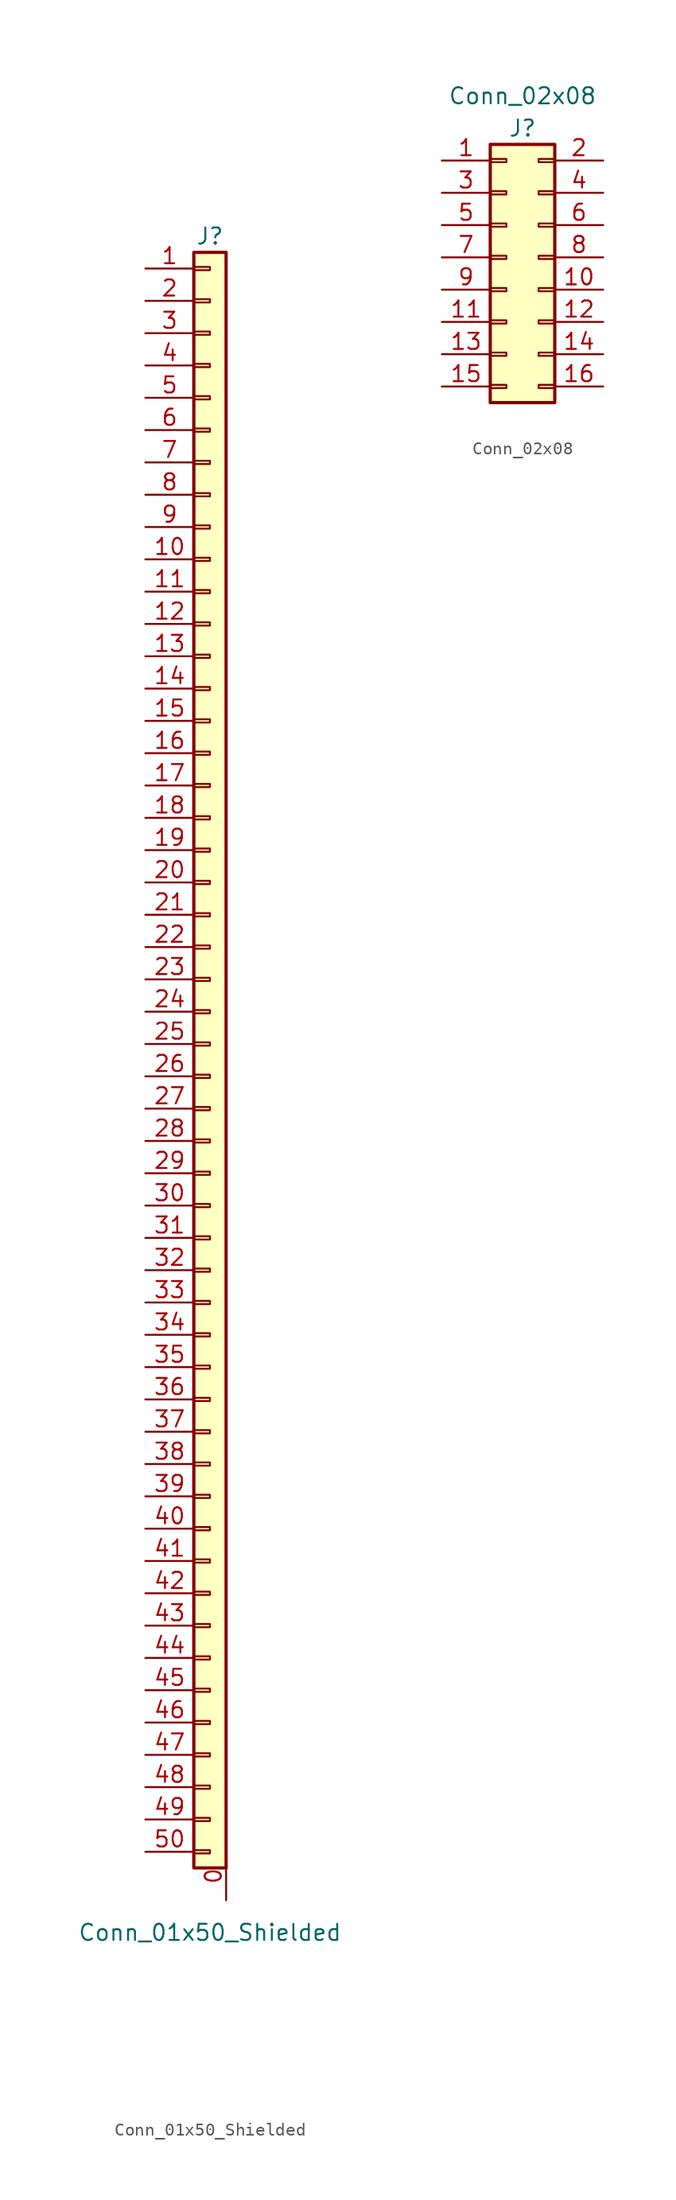
<source format=kicad_sym>
(kicad_symbol_lib
  (version 20241209)
  (generator "kicad_symbol_editor")
  (generator_version "9.0")
  (symbol "Conn_01x50_Shielded"
    (pin_names
      (offset 1.016)
      (hide yes))
    (property "Reference" "J"
      (at 0 64.77 0)
      (effects (font (size 1.27 1.27))))
    (property "Value" "Conn_01x50_Shielded"
      (at 0 -68.58 0)
      (effects (font (size 1.27 1.27))))
    (symbol "Conn_01x50_Shielded_1_1"
      (rectangle (start -1.27 63.5) (end 1.27 -63.5) (stroke (width 0.254) (type default)) (fill (type background)))
      (rectangle (start -1.27 62.357) (end 0 62.103) (stroke (width 0.152) (type default)) (fill (type none)))
      (rectangle (start -1.27 59.817) (end 0 59.563) (stroke (width 0.152) (type default)) (fill (type none)))
      (rectangle (start -1.27 57.277) (end 0 57.023) (stroke (width 0.152) (type default)) (fill (type none)))
      (rectangle (start -1.27 54.737) (end 0 54.483) (stroke (width 0.152) (type default)) (fill (type none)))
      (rectangle (start -1.27 52.197) (end 0 51.943) (stroke (width 0.152) (type default)) (fill (type none)))
      (rectangle (start -1.27 49.657) (end 0 49.403) (stroke (width 0.152) (type default)) (fill (type none)))
      (rectangle (start -1.27 47.117) (end 0 46.863) (stroke (width 0.152) (type default)) (fill (type none)))
      (rectangle (start -1.27 44.577) (end 0 44.323) (stroke (width 0.152) (type default)) (fill (type none)))
      (rectangle (start -1.27 42.037) (end 0 41.783) (stroke (width 0.152) (type default)) (fill (type none)))
      (rectangle (start -1.27 39.497) (end 0 39.243) (stroke (width 0.152) (type default)) (fill (type none)))
      (rectangle (start -1.27 36.957) (end 0 36.703) (stroke (width 0.152) (type default)) (fill (type none)))
      (rectangle (start -1.27 34.417) (end 0 34.163) (stroke (width 0.152) (type default)) (fill (type none)))
      (rectangle (start -1.27 31.877) (end 0 31.623) (stroke (width 0.152) (type default)) (fill (type none)))
      (rectangle (start -1.27 29.337) (end 0 29.083) (stroke (width 0.152) (type default)) (fill (type none)))
      (rectangle (start -1.27 26.797) (end 0 26.543) (stroke (width 0.152) (type default)) (fill (type none)))
      (rectangle (start -1.27 24.257) (end 0 24.003) (stroke (width 0.152) (type default)) (fill (type none)))
      (rectangle (start -1.27 21.717) (end 0 21.463) (stroke (width 0.152) (type default)) (fill (type none)))
      (rectangle (start -1.27 19.177) (end 0 18.923) (stroke (width 0.152) (type default)) (fill (type none)))
      (rectangle (start -1.27 16.637) (end 0 16.383) (stroke (width 0.152) (type default)) (fill (type none)))
      (rectangle (start -1.27 14.097) (end 0 13.843) (stroke (width 0.152) (type default)) (fill (type none)))
      (rectangle (start -1.27 11.557) (end 0 11.303) (stroke (width 0.152) (type default)) (fill (type none)))
      (rectangle (start -1.27 9.017) (end 0 8.763) (stroke (width 0.152) (type default)) (fill (type none)))
      (rectangle (start -1.27 6.477) (end 0 6.223) (stroke (width 0.152) (type default)) (fill (type none)))
      (rectangle (start -1.27 3.937) (end 0 3.683) (stroke (width 0.152) (type default)) (fill (type none)))
      (rectangle (start -1.27 1.397) (end 0 1.143) (stroke (width 0.152) (type default)) (fill (type none)))
      (rectangle (start -1.27 -1.143) (end 0 -1.397) (stroke (width 0.152) (type default)) (fill (type none)))
      (rectangle (start -1.27 -3.683) (end 0 -3.937) (stroke (width 0.152) (type default)) (fill (type none)))
      (rectangle (start -1.27 -6.223) (end 0 -6.477) (stroke (width 0.152) (type default)) (fill (type none)))
      (rectangle (start -1.27 -8.763) (end 0 -9.017) (stroke (width 0.152) (type default)) (fill (type none)))
      (rectangle (start -1.27 -11.303) (end 0 -11.557) (stroke (width 0.152) (type default)) (fill (type none)))
      (rectangle (start -1.27 -13.843) (end 0 -14.097) (stroke (width 0.152) (type default)) (fill (type none)))
      (rectangle (start -1.27 -16.383) (end 0 -16.637) (stroke (width 0.152) (type default)) (fill (type none)))
      (rectangle (start -1.27 -18.923) (end 0 -19.177) (stroke (width 0.152) (type default)) (fill (type none)))
      (rectangle (start -1.27 -21.463) (end 0 -21.717) (stroke (width 0.152) (type default)) (fill (type none)))
      (rectangle (start -1.27 -24.003) (end 0 -24.257) (stroke (width 0.152) (type default)) (fill (type none)))
      (rectangle (start -1.27 -26.543) (end 0 -26.797) (stroke (width 0.152) (type default)) (fill (type none)))
      (rectangle (start -1.27 -29.083) (end 0 -29.337) (stroke (width 0.152) (type default)) (fill (type none)))
      (rectangle (start -1.27 -31.623) (end 0 -31.877) (stroke (width 0.152) (type default)) (fill (type none)))
      (rectangle (start -1.27 -34.163) (end 0 -34.417) (stroke (width 0.152) (type default)) (fill (type none)))
      (rectangle (start -1.27 -36.703) (end 0 -36.957) (stroke (width 0.152) (type default)) (fill (type none)))
      (rectangle (start -1.27 -39.243) (end 0 -39.497) (stroke (width 0.152) (type default)) (fill (type none)))
      (rectangle (start -1.27 -41.783) (end 0 -42.037) (stroke (width 0.152) (type default)) (fill (type none)))
      (rectangle (start -1.27 -44.323) (end 0 -44.577) (stroke (width 0.152) (type default)) (fill (type none)))
      (rectangle (start -1.27 -46.863) (end 0 -47.117) (stroke (width 0.152) (type default)) (fill (type none)))
      (rectangle (start -1.27 -49.403) (end 0 -49.657) (stroke (width 0.152) (type default)) (fill (type none)))
      (rectangle (start -1.27 -51.943) (end 0 -52.197) (stroke (width 0.152) (type default)) (fill (type none)))
      (rectangle (start -1.27 -54.483) (end 0 -54.737) (stroke (width 0.152) (type default)) (fill (type none)))
      (rectangle (start -1.27 -57.023) (end 0 -57.277) (stroke (width 0.152) (type default)) (fill (type none)))
      (rectangle (start -1.27 -59.563) (end 0 -59.817) (stroke (width 0.152) (type default)) (fill (type none)))
      (rectangle (start -1.27 -62.103) (end 0 -62.357) (stroke (width 0.152) (type default)) (fill (type none)))
      (pin passive line (at -5.08 62.23 0) (length 3.81) (name "Pin_1" (effects (font (size 1.27 1.27)))) (number "1" (effects (font (size 1.27 1.27)))))
      (pin passive line (at -5.08 59.69 0) (length 3.81) (name "Pin_2" (effects (font (size 1.27 1.27)))) (number "2" (effects (font (size 1.27 1.27)))))
      (pin passive line (at -5.08 57.15 0) (length 3.81) (name "Pin_3" (effects (font (size 1.27 1.27)))) (number "3" (effects (font (size 1.27 1.27)))))
      (pin passive line (at -5.08 54.61 0) (length 3.81) (name "Pin_4" (effects (font (size 1.27 1.27)))) (number "4" (effects (font (size 1.27 1.27)))))
      (pin passive line (at -5.08 52.07 0) (length 3.81) (name "Pin_5" (effects (font (size 1.27 1.27)))) (number "5" (effects (font (size 1.27 1.27)))))
      (pin passive line (at -5.08 49.53 0) (length 3.81) (name "Pin_6" (effects (font (size 1.27 1.27)))) (number "6" (effects (font (size 1.27 1.27)))))
      (pin passive line (at -5.08 46.99 0) (length 3.81) (name "Pin_7" (effects (font (size 1.27 1.27)))) (number "7" (effects (font (size 1.27 1.27)))))
      (pin passive line (at -5.08 44.45 0) (length 3.81) (name "Pin_8" (effects (font (size 1.27 1.27)))) (number "8" (effects (font (size 1.27 1.27)))))
      (pin passive line (at -5.08 41.91 0) (length 3.81) (name "Pin_9" (effects (font (size 1.27 1.27)))) (number "9" (effects (font (size 1.27 1.27)))))
      (pin passive line (at -5.08 39.37 0) (length 3.81) (name "Pin_10" (effects (font (size 1.27 1.27)))) (number "10" (effects (font (size 1.27 1.27)))))
      (pin passive line (at -5.08 36.83 0) (length 3.81) (name "Pin_11" (effects (font (size 1.27 1.27)))) (number "11" (effects (font (size 1.27 1.27)))))
      (pin passive line (at -5.08 34.29 0) (length 3.81) (name "Pin_12" (effects (font (size 1.27 1.27)))) (number "12" (effects (font (size 1.27 1.27)))))
      (pin passive line (at -5.08 31.75 0) (length 3.81) (name "Pin_13" (effects (font (size 1.27 1.27)))) (number "13" (effects (font (size 1.27 1.27)))))
      (pin passive line (at -5.08 29.21 0) (length 3.81) (name "Pin_14" (effects (font (size 1.27 1.27)))) (number "14" (effects (font (size 1.27 1.27)))))
      (pin passive line (at -5.08 26.67 0) (length 3.81) (name "Pin_15" (effects (font (size 1.27 1.27)))) (number "15" (effects (font (size 1.27 1.27)))))
      (pin passive line (at -5.08 24.13 0) (length 3.81) (name "Pin_16" (effects (font (size 1.27 1.27)))) (number "16" (effects (font (size 1.27 1.27)))))
      (pin passive line (at -5.08 21.59 0) (length 3.81) (name "Pin_17" (effects (font (size 1.27 1.27)))) (number "17" (effects (font (size 1.27 1.27)))))
      (pin passive line (at -5.08 19.05 0) (length 3.81) (name "Pin_18" (effects (font (size 1.27 1.27)))) (number "18" (effects (font (size 1.27 1.27)))))
      (pin passive line (at -5.08 16.51 0) (length 3.81) (name "Pin_19" (effects (font (size 1.27 1.27)))) (number "19" (effects (font (size 1.27 1.27)))))
      (pin passive line (at -5.08 13.97 0) (length 3.81) (name "Pin_20" (effects (font (size 1.27 1.27)))) (number "20" (effects (font (size 1.27 1.27)))))
      (pin passive line (at -5.08 11.43 0) (length 3.81) (name "Pin_21" (effects (font (size 1.27 1.27)))) (number "21" (effects (font (size 1.27 1.27)))))
      (pin passive line (at -5.08 8.89 0) (length 3.81) (name "Pin_22" (effects (font (size 1.27 1.27)))) (number "22" (effects (font (size 1.27 1.27)))))
      (pin passive line (at -5.08 6.35 0) (length 3.81) (name "Pin_23" (effects (font (size 1.27 1.27)))) (number "23" (effects (font (size 1.27 1.27)))))
      (pin passive line (at -5.08 3.81 0) (length 3.81) (name "Pin_24" (effects (font (size 1.27 1.27)))) (number "24" (effects (font (size 1.27 1.27)))))
      (pin passive line (at -5.08 1.27 0) (length 3.81) (name "Pin_25" (effects (font (size 1.27 1.27)))) (number "25" (effects (font (size 1.27 1.27)))))
      (pin passive line (at -5.08 -1.27 0) (length 3.81) (name "Pin_26" (effects (font (size 1.27 1.27)))) (number "26" (effects (font (size 1.27 1.27)))))
      (pin passive line (at -5.08 -3.81 0) (length 3.81) (name "Pin_27" (effects (font (size 1.27 1.27)))) (number "27" (effects (font (size 1.27 1.27)))))
      (pin passive line (at -5.08 -6.35 0) (length 3.81) (name "Pin_28" (effects (font (size 1.27 1.27)))) (number "28" (effects (font (size 1.27 1.27)))))
      (pin passive line (at -5.08 -8.89 0) (length 3.81) (name "Pin_29" (effects (font (size 1.27 1.27)))) (number "29" (effects (font (size 1.27 1.27)))))
      (pin passive line (at -5.08 -11.43 0) (length 3.81) (name "Pin_30" (effects (font (size 1.27 1.27)))) (number "30" (effects (font (size 1.27 1.27)))))
      (pin passive line (at -5.08 -13.97 0) (length 3.81) (name "Pin_31" (effects (font (size 1.27 1.27)))) (number "31" (effects (font (size 1.27 1.27)))))
      (pin passive line (at -5.08 -16.51 0) (length 3.81) (name "Pin_32" (effects (font (size 1.27 1.27)))) (number "32" (effects (font (size 1.27 1.27)))))
      (pin passive line (at -5.08 -19.05 0) (length 3.81) (name "Pin_33" (effects (font (size 1.27 1.27)))) (number "33" (effects (font (size 1.27 1.27)))))
      (pin passive line (at -5.08 -21.59 0) (length 3.81) (name "Pin_34" (effects (font (size 1.27 1.27)))) (number "34" (effects (font (size 1.27 1.27)))))
      (pin passive line (at -5.08 -24.13 0) (length 3.81) (name "Pin_35" (effects (font (size 1.27 1.27)))) (number "35" (effects (font (size 1.27 1.27)))))
      (pin passive line (at -5.08 -26.67 0) (length 3.81) (name "Pin_36" (effects (font (size 1.27 1.27)))) (number "36" (effects (font (size 1.27 1.27)))))
      (pin passive line (at -5.08 -29.21 0) (length 3.81) (name "Pin_37" (effects (font (size 1.27 1.27)))) (number "37" (effects (font (size 1.27 1.27)))))
      (pin passive line (at -5.08 -31.75 0) (length 3.81) (name "Pin_38" (effects (font (size 1.27 1.27)))) (number "38" (effects (font (size 1.27 1.27)))))
      (pin passive line (at -5.08 -34.29 0) (length 3.81) (name "Pin_39" (effects (font (size 1.27 1.27)))) (number "39" (effects (font (size 1.27 1.27)))))
      (pin passive line (at -5.08 -36.83 0) (length 3.81) (name "Pin_40" (effects (font (size 1.27 1.27)))) (number "40" (effects (font (size 1.27 1.27)))))
      (pin passive line (at -5.08 -39.37 0) (length 3.81) (name "Pin_41" (effects (font (size 1.27 1.27)))) (number "41" (effects (font (size 1.27 1.27)))))
      (pin passive line (at -5.08 -41.91 0) (length 3.81) (name "Pin_42" (effects (font (size 1.27 1.27)))) (number "42" (effects (font (size 1.27 1.27)))))
      (pin passive line (at -5.08 -44.45 0) (length 3.81) (name "Pin_43" (effects (font (size 1.27 1.27)))) (number "43" (effects (font (size 1.27 1.27)))))
      (pin passive line (at -5.08 -46.99 0) (length 3.81) (name "Pin_44" (effects (font (size 1.27 1.27)))) (number "44" (effects (font (size 1.27 1.27)))))
      (pin passive line (at -5.08 -49.53 0) (length 3.81) (name "Pin_45" (effects (font (size 1.27 1.27)))) (number "45" (effects (font (size 1.27 1.27)))))
      (pin passive line (at -5.08 -52.07 0) (length 3.81) (name "Pin_46" (effects (font (size 1.27 1.27)))) (number "46" (effects (font (size 1.27 1.27)))))
      (pin passive line (at -5.08 -54.61 0) (length 3.81) (name "Pin_47" (effects (font (size 1.27 1.27)))) (number "47" (effects (font (size 1.27 1.27)))))
      (pin passive line (at -5.08 -57.15 0) (length 3.81) (name "Pin_48" (effects (font (size 1.27 1.27)))) (number "48" (effects (font (size 1.27 1.27)))))
      (pin passive line (at -5.08 -59.69 0) (length 3.81) (name "Pin_49" (effects (font (size 1.27 1.27)))) (number "49" (effects (font (size 1.27 1.27)))))
      (pin passive line (at -5.08 -62.23 0) (length 3.81) (name "Pin_50" (effects (font (size 1.27 1.27)))) (number "50" (effects (font (size 1.27 1.27)))))
      (pin passive line (at 1.27 -66.04 90) (length 3.81) (name "Pin_50" (effects (font (size 1.27 1.27)))) (number "0" (effects (font (size 1.27 1.27)))))))
  (symbol "Conn_02x08"
    (pin_names
      (offset 0.025)
      (hide yes))
    (property "Reference" "J"
      (at 0 11.43 0)
      (effects (font (size 1.27 1.27))))
    (property "Value" "Conn_02x08"
      (at 0 13.97 0)
      (effects (font (size 1.27 1.27))))
    (symbol "Conn_02x08_0_1"
      (rectangle (start -2.54 10.16) (end 2.54 -10.16) (stroke (width 0.254) (type default)) (fill (type background)))
      (rectangle (start -2.54 9.017) (end -1.27 8.763) (stroke (width 0) (type default)) (fill (type none)))
      (rectangle (start -2.54 6.477) (end -1.27 6.223) (stroke (width 0) (type default)) (fill (type none)))
      (rectangle (start -2.54 3.937) (end -1.27 3.683) (stroke (width 0) (type default)) (fill (type none)))
      (rectangle (start -2.54 1.397) (end -1.27 1.143) (stroke (width 0) (type default)) (fill (type none)))
      (rectangle (start -2.54 -1.143) (end -1.27 -1.397) (stroke (width 0) (type default)) (fill (type none)))
      (rectangle (start -2.54 -3.683) (end -1.27 -3.937) (stroke (width 0) (type default)) (fill (type none)))
      (rectangle (start -2.54 -6.223) (end -1.27 -6.477) (stroke (width 0) (type default)) (fill (type none)))
      (rectangle (start -2.54 -8.763) (end -1.27 -9.017) (stroke (width 0) (type default)) (fill (type none)))
      (rectangle (start 1.27 9.017) (end 2.54 8.763) (stroke (width 0) (type default)) (fill (type none)))
      (rectangle (start 1.27 6.477) (end 2.54 6.223) (stroke (width 0) (type default)) (fill (type none)))
      (rectangle (start 1.27 3.937) (end 2.54 3.683) (stroke (width 0) (type default)) (fill (type none)))
      (rectangle (start 1.27 1.397) (end 2.54 1.143) (stroke (width 0) (type default)) (fill (type none)))
      (rectangle (start 1.27 -1.143) (end 2.54 -1.397) (stroke (width 0) (type default)) (fill (type none)))
      (rectangle (start 1.27 -3.683) (end 2.54 -3.937) (stroke (width 0) (type default)) (fill (type none)))
      (rectangle (start 1.27 -6.223) (end 2.54 -6.477) (stroke (width 0) (type default)) (fill (type none)))
      (rectangle (start 1.27 -8.763) (end 2.54 -9.017) (stroke (width 0) (type default)) (fill (type none))))
    (symbol "Conn_02x08_1_1"
      (pin passive line (at -6.35 8.89 0) (length 3.81) (name "P1" (effects (font (size 1.27 1.27)))) (number "1" (effects (font (size 1.27 1.27)))))
      (pin passive line (at -6.35 6.35 0) (length 3.81) (name "P3" (effects (font (size 1.27 1.27)))) (number "3" (effects (font (size 1.27 1.27)))))
      (pin passive line (at -6.35 3.81 0) (length 3.81) (name "+12V" (effects (font (size 1.27 1.27)))) (number "5" (effects (font (size 1.27 1.27)))))
      (pin passive line (at -6.35 1.27 0) (length 3.81) (name "12V" (effects (font (size 1.27 1.27)))) (number "7" (effects (font (size 1.27 1.27)))))
      (pin passive line (at -6.35 -1.27 0) (length 3.81) (name "GND" (effects (font (size 1.27 1.27)))) (number "9" (effects (font (size 1.27 1.27)))))
      (pin passive line (at -6.35 -3.81 0) (length 3.81) (name "GND" (effects (font (size 1.27 1.27)))) (number "11" (effects (font (size 1.27 1.27)))))
      (pin passive line (at -6.35 -6.35 0) (length 3.81) (name "-12" (effects (font (size 1.27 1.27)))) (number "13" (effects (font (size 1.27 1.27)))))
      (pin passive line (at -6.35 -8.89 0) (length 3.81) (name "-12V" (effects (font (size 1.27 1.27)))) (number "15" (effects (font (size 1.27 1.27)))))
      (pin passive line (at 6.35 8.89 180) (length 3.81) (name "P2" (effects (font (size 1.27 1.27)))) (number "2" (effects (font (size 1.27 1.27)))))
      (pin passive line (at 6.35 6.35 180) (length 3.81) (name "P4" (effects (font (size 1.27 1.27)))) (number "4" (effects (font (size 1.27 1.27)))))
      (pin passive line (at 6.35 3.81 180) (length 3.81) (name "P6" (effects (font (size 1.27 1.27)))) (number "6" (effects (font (size 1.27 1.27)))))
      (pin passive line (at 6.35 1.27 180) (length 3.81) (name "+12V" (effects (font (size 1.27 1.27)))) (number "8" (effects (font (size 1.27 1.27)))))
      (pin passive line (at 6.35 -1.27 180) (length 3.81) (name "GND" (effects (font (size 1.27 1.27)))) (number "10" (effects (font (size 1.27 1.27)))))
      (pin passive line (at 6.35 -3.81 180) (length 3.81) (name "GND" (effects (font (size 1.27 1.27)))) (number "12" (effects (font (size 1.27 1.27)))))
      (pin passive line (at 6.35 -6.35 180) (length 3.81) (name "-12V" (effects (font (size 1.27 1.27)))) (number "14" (effects (font (size 1.27 1.27)))))
      (pin passive line (at 6.35 -8.89 180) (length 3.81) (name "P16" (effects (font (size 1.27 1.27)))) (number "16" (effects (font (size 1.27 1.27))))))))
</source>
